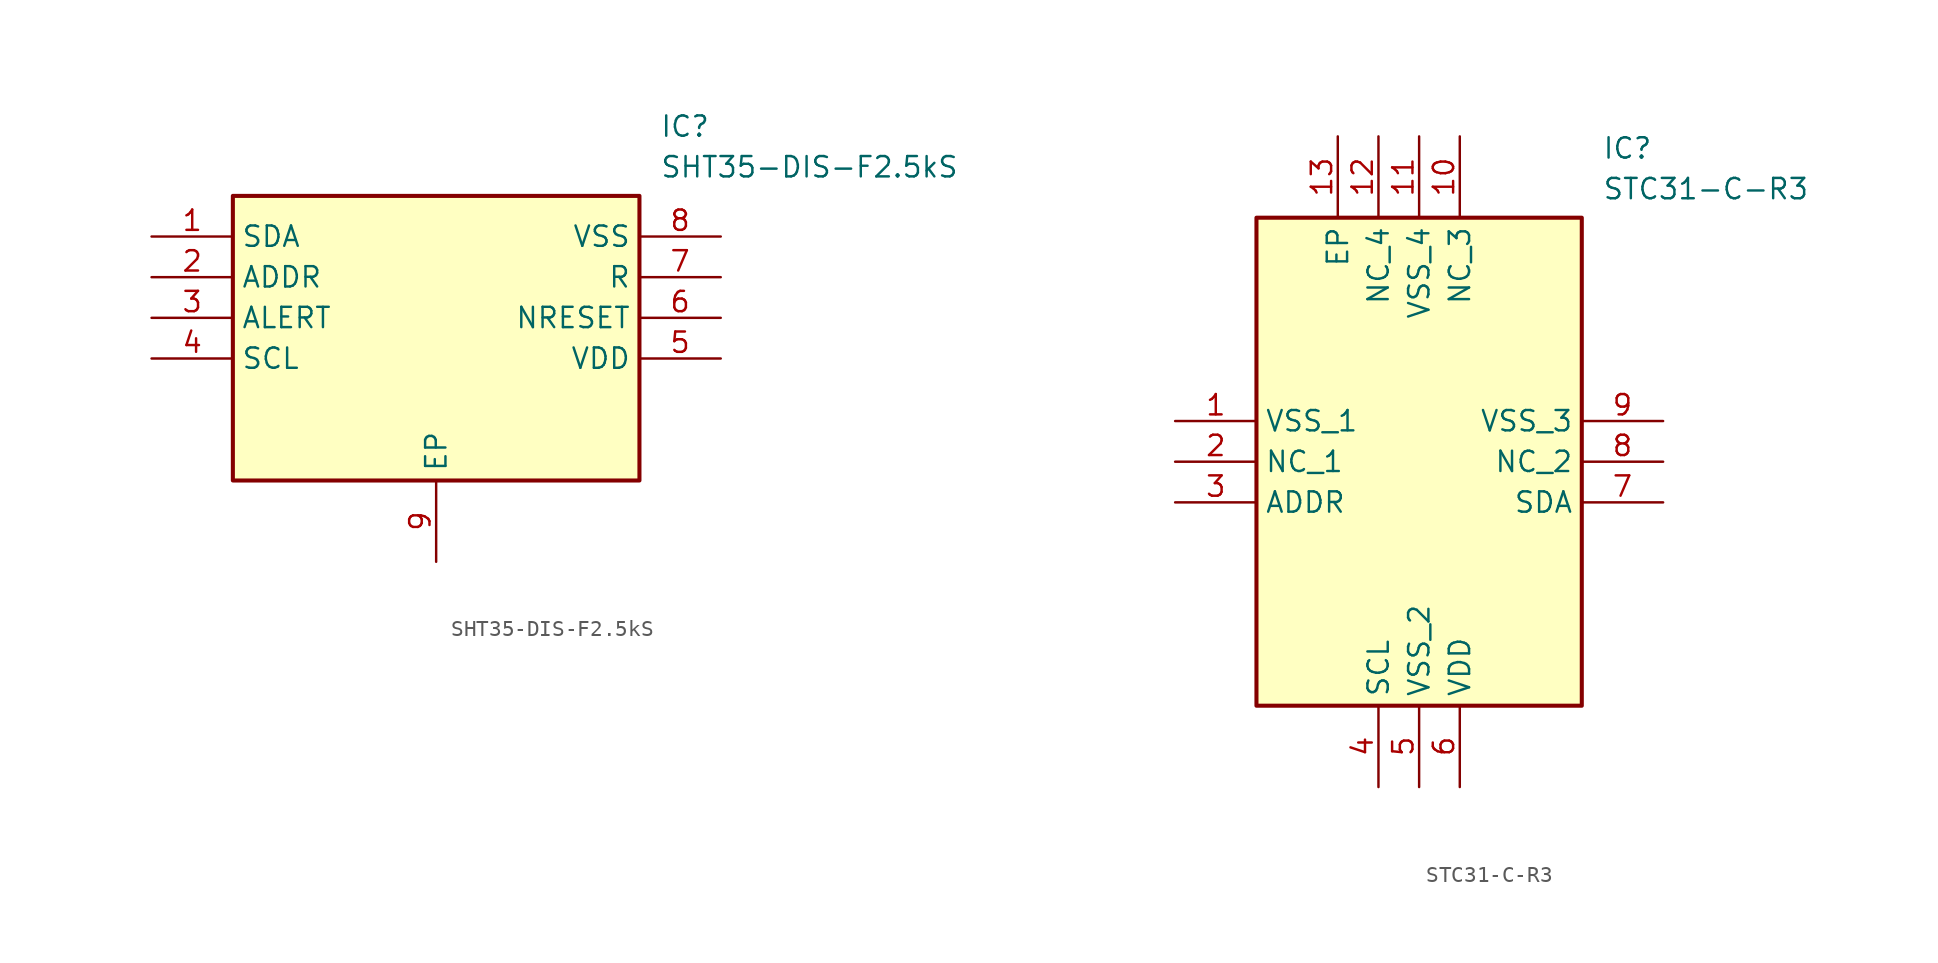
<source format=kicad_sym>
(kicad_symbol_lib
  (version 20241209)
  (generator "kicad_symbol_editor")
  (generator_version "9.0")
  (symbol "SHT35-DIS-F2.5kS"
    (property "Reference" "IC"
      (at 31.75 7.62 0)
      (effects (font (size 1.27 1.27)) (justify left top)))
    (property "Value" "SHT35-DIS-F2.5kS"
      (at 31.75 5.08 0)
      (effects (font (size 1.27 1.27)) (justify left top)))
    (symbol "SHT35-DIS-F2.5kS_1_1"
      (rectangle (start 5.08 2.54) (end 30.48 -15.24) (stroke (width 0.254) (type default)) (fill (type background)))
      (pin passive line (at 0 0 0) (length 5.08) (name "SDA" (effects (font (size 1.27 1.27)))) (number "1" (effects (font (size 1.27 1.27)))))
      (pin passive line (at 0 -2.54 0) (length 5.08) (name "ADDR" (effects (font (size 1.27 1.27)))) (number "2" (effects (font (size 1.27 1.27)))))
      (pin passive line (at 0 -5.08 0) (length 5.08) (name "ALERT" (effects (font (size 1.27 1.27)))) (number "3" (effects (font (size 1.27 1.27)))))
      (pin passive line (at 0 -7.62 0) (length 5.08) (name "SCL" (effects (font (size 1.27 1.27)))) (number "4" (effects (font (size 1.27 1.27)))))
      (pin passive line (at 17.78 -20.32 90) (length 5.08) (name "EP" (effects (font (size 1.27 1.27)))) (number "9" (effects (font (size 1.27 1.27)))))
      (pin passive line (at 35.56 0 180) (length 5.08) (name "VSS" (effects (font (size 1.27 1.27)))) (number "8" (effects (font (size 1.27 1.27)))))
      (pin passive line (at 35.56 -2.54 180) (length 5.08) (name "R" (effects (font (size 1.27 1.27)))) (number "7" (effects (font (size 1.27 1.27)))))
      (pin passive line (at 35.56 -5.08 180) (length 5.08) (name "NRESET" (effects (font (size 1.27 1.27)))) (number "6" (effects (font (size 1.27 1.27)))))
      (pin passive line (at 35.56 -7.62 180) (length 5.08) (name "VDD" (effects (font (size 1.27 1.27)))) (number "5" (effects (font (size 1.27 1.27)))))))
  (symbol "STC31-C-R3"
    (property "Reference" "IC"
      (at 26.67 17.78 0)
      (effects (font (size 1.27 1.27)) (justify left top)))
    (property "Value" "STC31-C-R3"
      (at 26.67 15.24 0)
      (effects (font (size 1.27 1.27)) (justify left top)))
    (symbol "STC31-C-R3_1_1"
      (rectangle (start 5.08 12.7) (end 25.4 -17.78) (stroke (width 0.254) (type default)) (fill (type background)))
      (pin passive line (at 0 0 0) (length 5.08) (name "VSS_1" (effects (font (size 1.27 1.27)))) (number "1" (effects (font (size 1.27 1.27)))))
      (pin passive line (at 0 -2.54 0) (length 5.08) (name "NC_1" (effects (font (size 1.27 1.27)))) (number "2" (effects (font (size 1.27 1.27)))))
      (pin passive line (at 0 -5.08 0) (length 5.08) (name "ADDR" (effects (font (size 1.27 1.27)))) (number "3" (effects (font (size 1.27 1.27)))))
      (pin passive line (at 10.16 17.78 270) (length 5.08) (name "EP" (effects (font (size 1.27 1.27)))) (number "13" (effects (font (size 1.27 1.27)))))
      (pin passive line (at 12.7 17.78 270) (length 5.08) (name "NC_4" (effects (font (size 1.27 1.27)))) (number "12" (effects (font (size 1.27 1.27)))))
      (pin passive line (at 12.7 -22.86 90) (length 5.08) (name "SCL" (effects (font (size 1.27 1.27)))) (number "4" (effects (font (size 1.27 1.27)))))
      (pin passive line (at 15.24 17.78 270) (length 5.08) (name "VSS_4" (effects (font (size 1.27 1.27)))) (number "11" (effects (font (size 1.27 1.27)))))
      (pin passive line (at 15.24 -22.86 90) (length 5.08) (name "VSS_2" (effects (font (size 1.27 1.27)))) (number "5" (effects (font (size 1.27 1.27)))))
      (pin passive line (at 17.78 17.78 270) (length 5.08) (name "NC_3" (effects (font (size 1.27 1.27)))) (number "10" (effects (font (size 1.27 1.27)))))
      (pin passive line (at 17.78 -22.86 90) (length 5.08) (name "VDD" (effects (font (size 1.27 1.27)))) (number "6" (effects (font (size 1.27 1.27)))))
      (pin passive line (at 30.48 0 180) (length 5.08) (name "VSS_3" (effects (font (size 1.27 1.27)))) (number "9" (effects (font (size 1.27 1.27)))))
      (pin passive line (at 30.48 -2.54 180) (length 5.08) (name "NC_2" (effects (font (size 1.27 1.27)))) (number "8" (effects (font (size 1.27 1.27)))))
      (pin passive line (at 30.48 -5.08 180) (length 5.08) (name "SDA" (effects (font (size 1.27 1.27)))) (number "7" (effects (font (size 1.27 1.27))))))))
</source>
